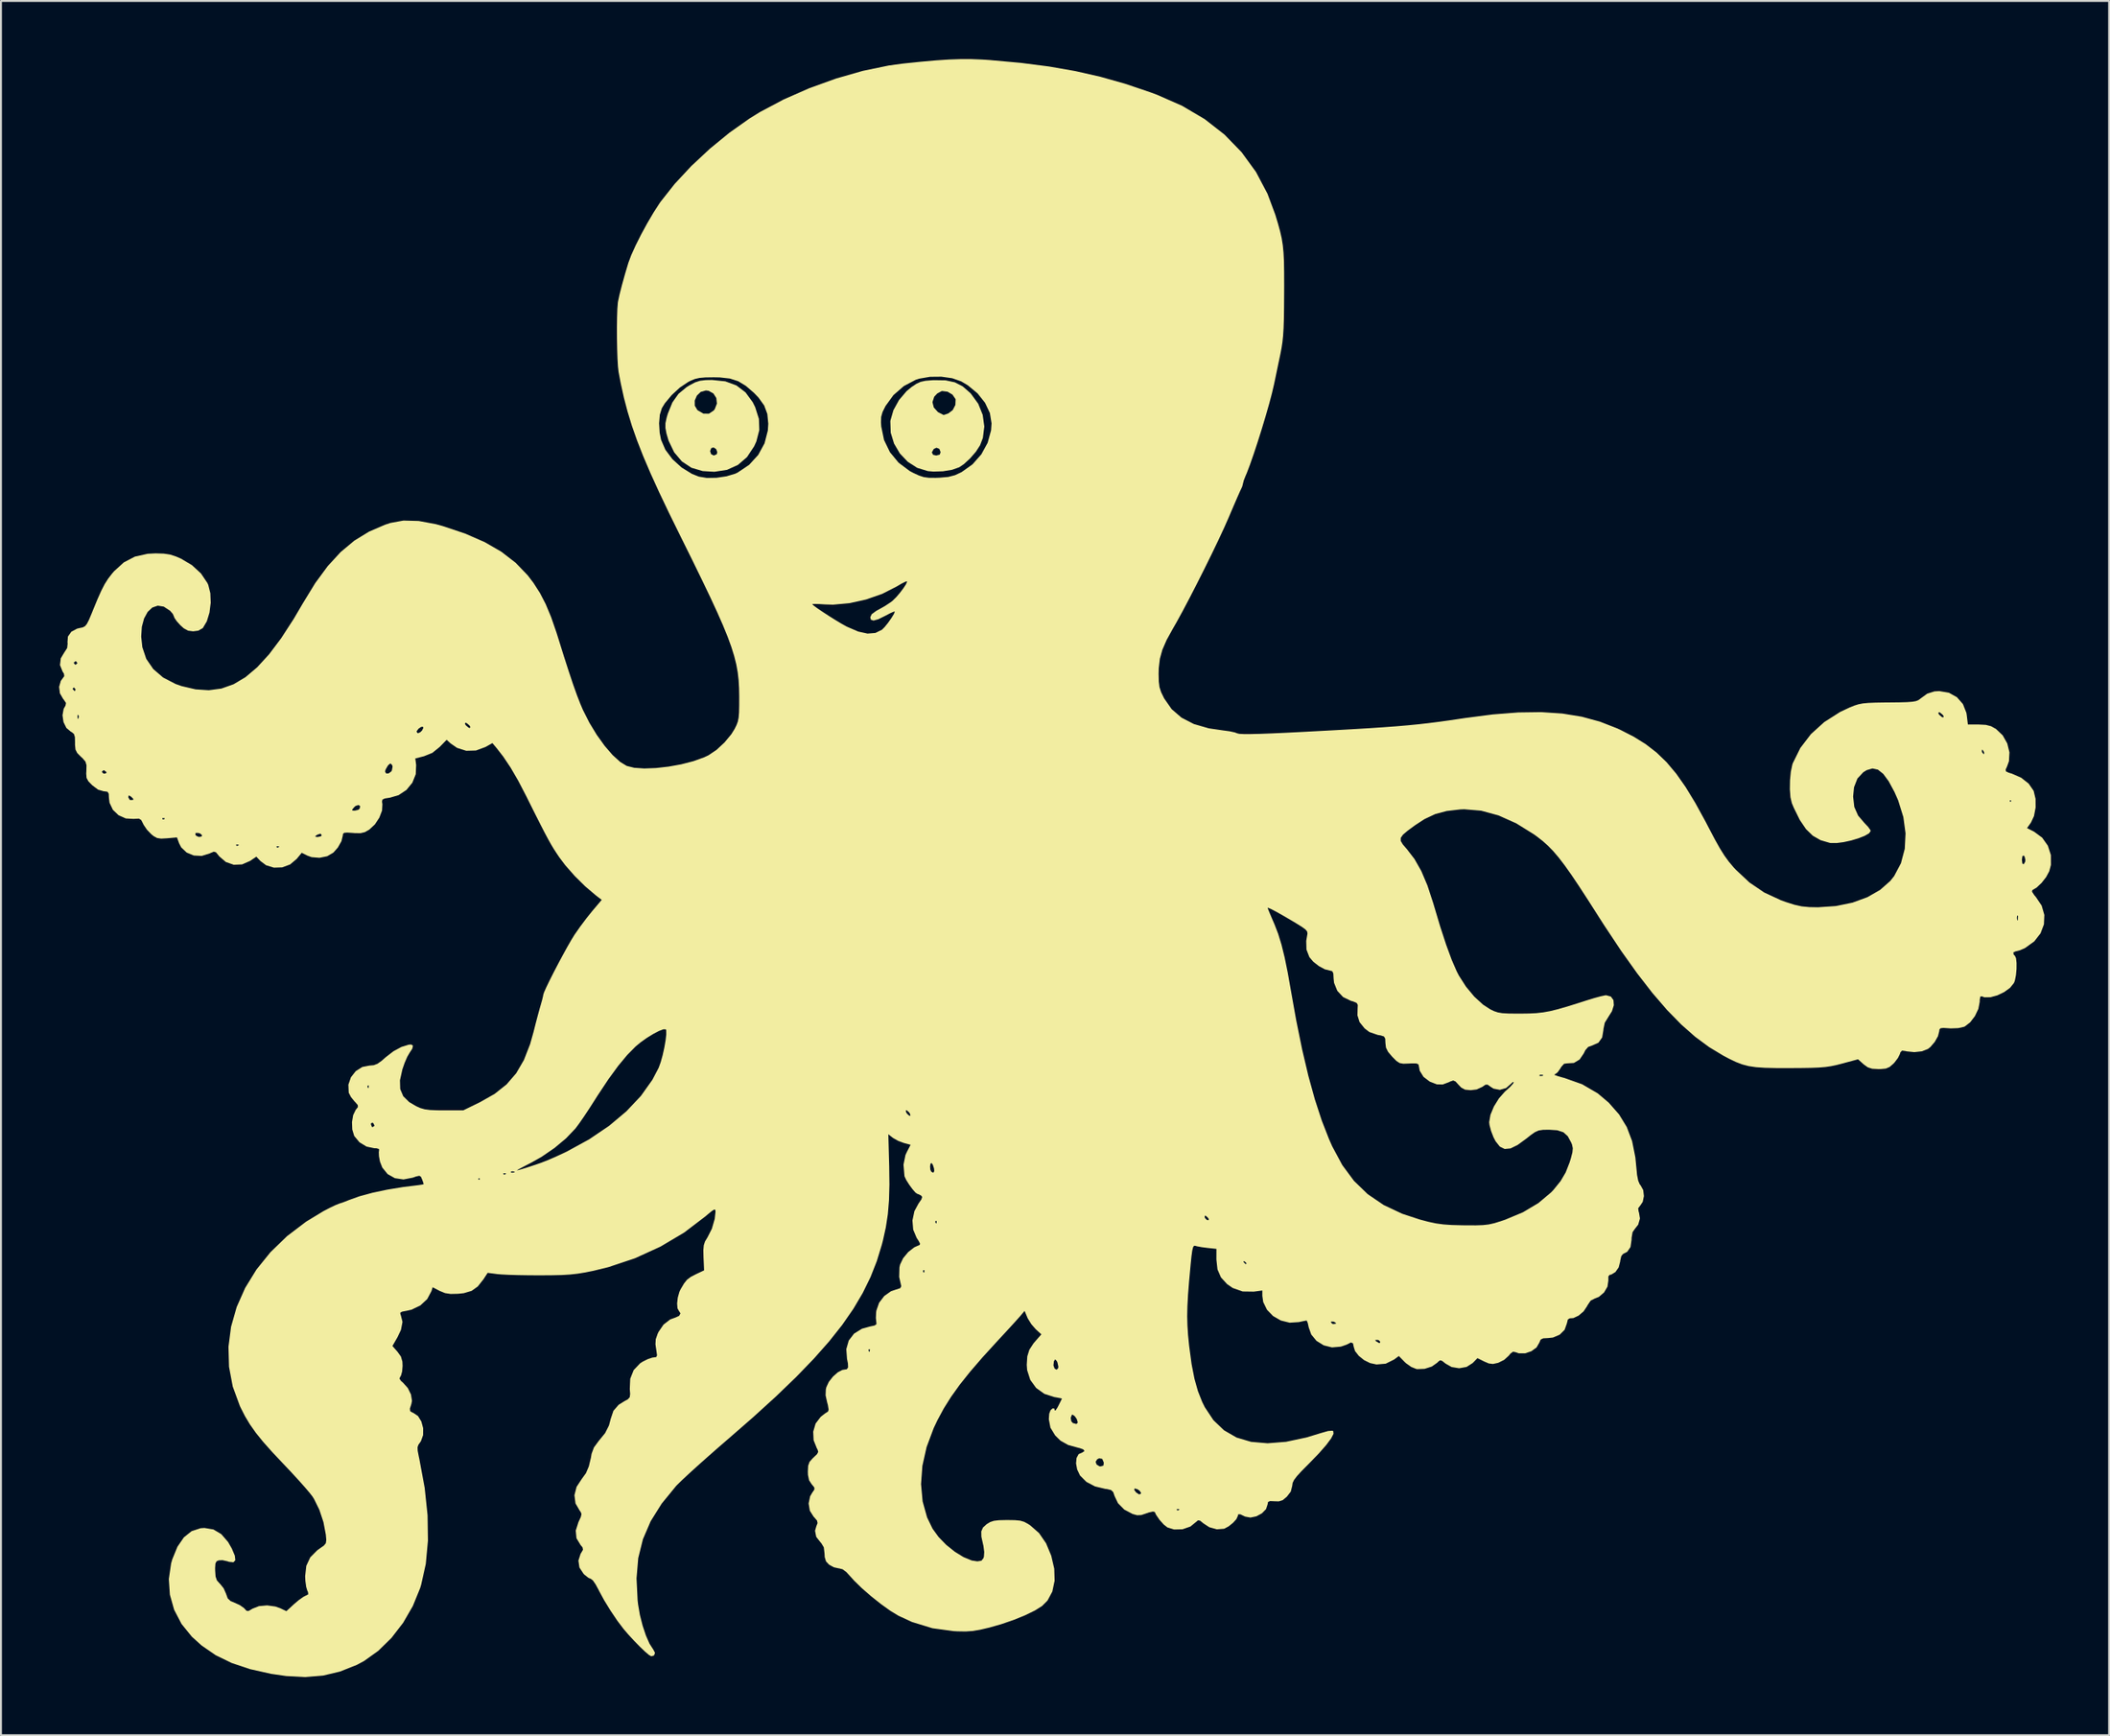
<source format=kicad_pcb>
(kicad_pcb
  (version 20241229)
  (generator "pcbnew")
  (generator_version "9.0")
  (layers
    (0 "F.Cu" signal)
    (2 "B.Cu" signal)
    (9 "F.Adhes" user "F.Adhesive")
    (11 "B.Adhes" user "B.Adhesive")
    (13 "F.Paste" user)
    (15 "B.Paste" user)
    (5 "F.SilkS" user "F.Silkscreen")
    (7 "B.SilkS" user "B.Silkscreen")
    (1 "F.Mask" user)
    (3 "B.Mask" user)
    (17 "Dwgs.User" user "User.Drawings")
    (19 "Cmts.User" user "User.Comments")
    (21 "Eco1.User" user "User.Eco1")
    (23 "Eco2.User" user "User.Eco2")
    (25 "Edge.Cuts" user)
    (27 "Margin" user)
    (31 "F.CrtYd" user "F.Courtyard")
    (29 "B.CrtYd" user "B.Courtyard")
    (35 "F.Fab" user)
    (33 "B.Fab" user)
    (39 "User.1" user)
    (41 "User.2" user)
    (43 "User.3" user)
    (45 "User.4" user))
  (footprint "octopus_120_120"
    (layer "F.Cu")
    (at 51.376 41.681)
    (property "Reference" "octopus_120_120" (at 0 0 0) (layer "F.SilkS") (effects (font (size 1.524 1.524) (thickness 0.3))))
    (attr board_only exclude_from_pos_files exclude_from_bom)
    (fp_poly (pts (xy -17.003 -25.054) (xy -16.429 -24.842) (xy -15.96 -24.484) (xy -15.589 -23.976) (xy -15.462 -23.72) (xy -15.271 -23.118) (xy -15.25 -22.541) (xy -15.401 -21.956) (xy -15.515 -21.704) (xy -15.882 -21.149) (xy -16.352 -20.743) (xy -16.917 -20.487) (xy -17.57 -20.387) (xy -18.171 -20.424) (xy -18.751 -20.595) (xy -19.244 -20.921) (xy -19.641 -21.391) (xy -19.673 -21.456) (xy -17.789 -21.456) (xy -17.737 -21.298) (xy -17.599 -21.227) (xy -17.446 -21.292) (xy -17.417 -21.399) (xy -17.475 -21.555) (xy -17.603 -21.642) (xy -17.726 -21.614) (xy -17.789 -21.456) (xy -19.673 -21.456) (xy -19.932 -21.994) (xy -20.04 -22.363) (xy -20.093 -22.648) (xy -20.092 -22.893) (xy -20.031 -23.18) (xy -19.97 -23.386) (xy -19.735 -23.964) (xy -19.665 -24.064) (xy -18.581 -24.064) (xy -18.579 -23.798) (xy -18.444 -23.572) (xy -18.438 -23.566) (xy -18.136 -23.39) (xy -17.85 -23.385) (xy -17.603 -23.55) (xy -17.55 -23.617) (xy -17.437 -23.907) (xy -17.468 -24.194) (xy -17.62 -24.43) (xy -17.869 -24.567) (xy -18.007 -24.584) (xy -18.273 -24.509) (xy -18.471 -24.318) (xy -18.581 -24.064) (xy -19.665 -24.064) (xy -19.42 -24.41) (xy -18.993 -24.763) (xy -18.84 -24.856) (xy -18.559 -25.003) (xy -18.308 -25.084) (xy -18.012 -25.119) (xy -17.689 -25.125)) (stroke (width 0) (type solid)) (fill yes) (layer "F.SilkS"))
    (fp_poly (pts (xy -5.639 -25.106) (xy -5.162 -25.004) (xy -4.755 -24.794) (xy -4.369 -24.456) (xy -4.331 -24.416) (xy -3.955 -23.899) (xy -3.723 -23.323) (xy -3.641 -22.724) (xy -3.714 -22.137) (xy -3.858 -21.759) (xy -4.073 -21.426) (xy -4.372 -21.08) (xy -4.695 -20.783) (xy -4.936 -20.62) (xy -5.304 -20.49) (xy -5.774 -20.413) (xy -6.269 -20.398) (xy -6.554 -20.423) (xy -7.102 -20.59) (xy -7.591 -20.904) (xy -7.997 -21.332) (xy -8.032 -21.391) (xy -6.347 -21.391) (xy -6.285 -21.265) (xy -6.123 -21.227) (xy -5.943 -21.272) (xy -5.896 -21.399) (xy -5.961 -21.57) (xy -6.108 -21.63) (xy -6.248 -21.565) (xy -6.347 -21.391) (xy -8.032 -21.391) (xy -8.298 -21.843) (xy -8.47 -22.406) (xy -8.489 -22.988) (xy -8.483 -23.036) (xy -8.331 -23.566) (xy -8.101 -23.981) (xy -6.317 -23.981) (xy -6.247 -23.705) (xy -6.032 -23.467) (xy -5.744 -23.319) (xy -5.657 -23.343) (xy -5.492 -23.403) (xy -5.271 -23.572) (xy -5.134 -23.836) (xy -5.122 -24.116) (xy -5.13 -24.144) (xy -5.285 -24.37) (xy -5.539 -24.521) (xy -5.815 -24.554) (xy -5.849 -24.547) (xy -6.067 -24.429) (xy -6.224 -24.264) (xy -6.317 -23.981) (xy -8.101 -23.981) (xy -8.041 -24.09) (xy -7.65 -24.55) (xy -7.396 -24.76) (xy -7.145 -24.928) (xy -6.928 -25.028) (xy -6.677 -25.083) (xy -6.327 -25.111) (xy -6.233 -25.115)) (stroke (width 0) (type solid)) (fill yes) (layer "F.SilkS"))
    (fp_poly (pts (xy -4.296 -41.68) (xy -3.742 -41.658) (xy -3.356 -41.632) (xy -1.759 -41.487) (xy -0.301 -41.3) (xy 1.055 -41.063) (xy 2.347 -40.77) (xy 3.615 -40.412) (xy 4.895 -39.98) (xy 5.261 -39.845) (xy 6.562 -39.273) (xy 7.727 -38.586) (xy 8.752 -37.786) (xy 9.636 -36.875) (xy 10.377 -35.856) (xy 10.971 -34.731) (xy 11.372 -33.655) (xy 11.512 -33.19) (xy 11.62 -32.796) (xy 11.702 -32.437) (xy 11.759 -32.08) (xy 11.797 -31.693) (xy 11.82 -31.241) (xy 11.829 -30.692) (xy 11.831 -30.011) (xy 11.83 -29.618) (xy 11.825 -28.871) (xy 11.816 -28.274) (xy 11.8 -27.795) (xy 11.775 -27.403) (xy 11.739 -27.066) (xy 11.691 -26.754) (xy 11.631 -26.443) (xy 11.53 -25.965) (xy 11.426 -25.465) (xy 11.334 -25.025) (xy 11.304 -24.884) (xy 11.2 -24.439) (xy 11.052 -23.881) (xy 10.871 -23.249) (xy 10.67 -22.581) (xy 10.46 -21.916) (xy 10.254 -21.293) (xy 10.064 -20.749) (xy 9.902 -20.323) (xy 9.836 -20.17) (xy 9.748 -19.948) (xy 9.707 -19.791) (xy 9.706 -19.783) (xy 9.666 -19.624) (xy 9.62 -19.525) (xy 9.556 -19.39) (xy 9.436 -19.12) (xy 9.275 -18.749) (xy 9.086 -18.309) (xy 8.977 -18.052) (xy 8.744 -17.524) (xy 8.445 -16.88) (xy 8.097 -16.156) (xy 7.719 -15.389) (xy 7.329 -14.614) (xy 6.947 -13.87) (xy 6.589 -13.192) (xy 6.274 -12.617) (xy 6.087 -12.292) (xy 5.765 -11.708) (xy 5.547 -11.207) (xy 5.417 -10.739) (xy 5.359 -10.251) (xy 5.352 -9.965) (xy 5.361 -9.567) (xy 5.398 -9.276) (xy 5.48 -9.019) (xy 5.625 -8.722) (xy 5.639 -8.694) (xy 6.024 -8.142) (xy 6.531 -7.703) (xy 7.169 -7.373) (xy 7.945 -7.149) (xy 8.685 -7.042) (xy 9.011 -6.998) (xy 9.281 -6.94) (xy 9.41 -6.891) (xy 9.516 -6.867) (xy 9.743 -6.855) (xy 10.1 -6.855) (xy 10.598 -6.867) (xy 11.246 -6.891) (xy 12.054 -6.928) (xy 13.032 -6.978) (xy 13.154 -6.985) (xy 14.315 -7.047) (xy 15.317 -7.103) (xy 16.184 -7.155) (xy 16.937 -7.205) (xy 17.601 -7.254) (xy 18.197 -7.305) (xy 18.749 -7.359) (xy 19.278 -7.419) (xy 19.809 -7.486) (xy 20.363 -7.563) (xy 20.963 -7.652) (xy 21.136 -7.678) (xy 22.59 -7.867) (xy 23.902 -7.97) (xy 25.092 -7.986) (xy 26.179 -7.914) (xy 27.182 -7.751) (xy 28.12 -7.496) (xy 29.012 -7.148) (xy 29.165 -7.078) (xy 29.863 -6.72) (xy 30.483 -6.335) (xy 31.043 -5.902) (xy 31.561 -5.402) (xy 32.056 -4.814) (xy 32.544 -4.119) (xy 33.045 -3.296) (xy 33.577 -2.326) (xy 33.745 -2.002) (xy 34.056 -1.411) (xy 34.315 -0.95) (xy 34.546 -0.582) (xy 34.772 -0.271) (xy 35.016 0.019) (xy 35.127 0.139) (xy 35.837 0.804) (xy 36.599 1.321) (xy 37.464 1.722) (xy 37.706 1.81) (xy 38.155 1.952) (xy 38.53 2.036) (xy 38.917 2.074) (xy 39.37 2.083) (xy 40.294 2.02) (xy 41.151 1.844) (xy 41.92 1.563) (xy 42.577 1.187) (xy 43.102 0.725) (xy 43.303 0.471) (xy 43.654 -0.193) (xy 43.698 -0.363) (xy 49.893 -0.363) (xy 49.917 -0.178) (xy 49.979 -0.134) (xy 49.984 -0.136) (xy 50.061 -0.264) (xy 50.074 -0.363) (xy 50.031 -0.534) (xy 49.984 -0.59) (xy 49.92 -0.554) (xy 49.893 -0.376) (xy 49.893 -0.363) (xy 43.698 -0.363) (xy 43.849 -0.933) (xy 43.89 -1.733) (xy 43.776 -2.574) (xy 43.518 -3.402) (xy 49.258 -3.402) (xy 49.303 -3.356) (xy 49.349 -3.402) (xy 49.303 -3.447) (xy 49.258 -3.402) (xy 43.518 -3.402) (xy 43.507 -3.438) (xy 43.316 -3.87) (xy 43.018 -4.422) (xy 42.737 -4.802) (xy 42.463 -5.019) (xy 42.183 -5.08) (xy 41.885 -4.993) (xy 41.71 -4.885) (xy 41.407 -4.56) (xy 41.231 -4.108) (xy 41.184 -3.629) (xy 41.245 -3.095) (xy 41.442 -2.649) (xy 41.763 -2.273) (xy 41.953 -2.072) (xy 42.072 -1.908) (xy 42.091 -1.853) (xy 42.008 -1.734) (xy 41.786 -1.605) (xy 41.466 -1.478) (xy 41.089 -1.365) (xy 40.697 -1.279) (xy 40.331 -1.231) (xy 40.031 -1.232) (xy 39.982 -1.24) (xy 39.509 -1.378) (xy 39.106 -1.608) (xy 38.753 -1.951) (xy 38.431 -2.427) (xy 38.121 -3.057) (xy 38.022 -3.293) (xy 37.952 -3.592) (xy 37.921 -4.004) (xy 37.928 -4.465) (xy 37.971 -4.912) (xy 38.049 -5.281) (xy 38.072 -5.349) (xy 38.364 -5.939) (xy 47.83 -5.939) (xy 47.848 -5.902) (xy 47.935 -5.809) (xy 47.95 -5.875) (xy 47.928 -5.946) (xy 47.862 -6.044) (xy 47.831 -6.042) (xy 47.83 -5.939) (xy 38.364 -5.939) (xy 38.462 -6.137) (xy 39.007 -6.85) (xy 39.694 -7.472) (xy 40.409 -7.928) (xy 45.579 -7.928) (xy 45.629 -7.847) (xy 45.766 -7.732) (xy 45.833 -7.711) (xy 45.861 -7.765) (xy 45.811 -7.847) (xy 45.674 -7.961) (xy 45.607 -7.983) (xy 45.579 -7.928) (xy 40.409 -7.928) (xy 40.507 -7.991) (xy 41.015 -8.231) (xy 41.248 -8.324) (xy 41.458 -8.39) (xy 41.685 -8.434) (xy 41.967 -8.461) (xy 42.341 -8.476) (xy 42.848 -8.484) (xy 43.022 -8.485) (xy 43.568 -8.491) (xy 43.963 -8.502) (xy 44.237 -8.522) (xy 44.42 -8.553) (xy 44.544 -8.6) (xy 44.638 -8.667) (xy 44.655 -8.682) (xy 45.008 -8.939) (xy 45.38 -9.056) (xy 45.628 -9.071) (xy 46.123 -8.989) (xy 46.54 -8.758) (xy 46.851 -8.402) (xy 47.03 -7.946) (xy 47.05 -7.817) (xy 47.106 -7.348) (xy 47.662 -7.348) (xy 48.032 -7.329) (xy 48.303 -7.259) (xy 48.556 -7.118) (xy 48.902 -6.789) (xy 49.138 -6.37) (xy 49.251 -5.91) (xy 49.226 -5.455) (xy 49.126 -5.179) (xy 49.053 -5.019) (xy 49.07 -4.929) (xy 49.211 -4.862) (xy 49.376 -4.812) (xy 49.854 -4.603) (xy 50.24 -4.3) (xy 50.492 -3.936) (xy 50.502 -3.914) (xy 50.597 -3.516) (xy 50.6 -3.061) (xy 50.517 -2.624) (xy 50.361 -2.288) (xy 50.158 -2.003) (xy 50.524 -1.816) (xy 50.939 -1.509) (xy 51.232 -1.095) (xy 51.388 -0.613) (xy 51.391 -0.103) (xy 51.305 0.223) (xy 51.143 0.525) (xy 50.907 0.827) (xy 50.647 1.071) (xy 50.434 1.195) (xy 50.415 1.278) (xy 50.532 1.458) (xy 50.609 1.546) (xy 50.912 1.996) (xy 51.051 2.478) (xy 51.03 2.964) (xy 50.855 3.427) (xy 50.534 3.84) (xy 50.071 4.176) (xy 50.011 4.208) (xy 49.776 4.307) (xy 49.592 4.354) (xy 49.58 4.354) (xy 49.454 4.409) (xy 49.466 4.524) (xy 49.53 4.581) (xy 49.589 4.707) (xy 49.617 4.956) (xy 49.615 5.269) (xy 49.585 5.592) (xy 49.53 5.868) (xy 49.484 5.988) (xy 49.283 6.238) (xy 48.98 6.458) (xy 48.626 6.628) (xy 48.271 6.725) (xy 47.965 6.73) (xy 47.826 6.679) (xy 47.751 6.688) (xy 47.718 6.85) (xy 47.716 6.962) (xy 47.648 7.322) (xy 47.471 7.695) (xy 47.224 8.02) (xy 46.946 8.234) (xy 46.911 8.25) (xy 46.61 8.319) (xy 46.223 8.333) (xy 46.128 8.327) (xy 45.842 8.309) (xy 45.693 8.326) (xy 45.637 8.39) (xy 45.629 8.474) (xy 45.563 8.735) (xy 45.395 9.032) (xy 45.171 9.293) (xy 45.046 9.393) (xy 44.737 9.514) (xy 44.342 9.558) (xy 43.946 9.517) (xy 43.893 9.503) (xy 43.711 9.478) (xy 43.624 9.569) (xy 43.598 9.655) (xy 43.499 9.857) (xy 43.322 10.091) (xy 43.264 10.153) (xy 43.069 10.322) (xy 42.875 10.405) (xy 42.602 10.431) (xy 42.494 10.432) (xy 42.169 10.414) (xy 41.943 10.342) (xy 41.733 10.191) (xy 41.721 10.18) (xy 41.439 9.927) (xy 40.608 10.151) (xy 40.305 10.228) (xy 40.029 10.285) (xy 39.743 10.326) (xy 39.413 10.353) (xy 39.002 10.369) (xy 38.476 10.377) (xy 37.919 10.38) (xy 37.203 10.379) (xy 36.635 10.366) (xy 36.178 10.335) (xy 35.799 10.279) (xy 35.463 10.191) (xy 35.136 10.066) (xy 34.783 9.896) (xy 34.483 9.737) (xy 33.756 9.298) (xy 33.036 8.766) (xy 32.315 8.13) (xy 31.582 7.38) (xy 30.829 6.505) (xy 30.045 5.494) (xy 29.221 4.338) (xy 28.349 3.025) (xy 28.096 2.631) (xy 49.635 2.631) (xy 49.649 2.759) (xy 49.681 2.744) (xy 49.693 2.558) (xy 49.681 2.517) (xy 49.648 2.506) (xy 49.635 2.631) (xy 28.096 2.631) (xy 28.038 2.54) (xy 27.498 1.694) (xy 27.037 0.985) (xy 26.642 0.398) (xy 26.299 -0.085) (xy 25.995 -0.482) (xy 25.716 -0.81) (xy 25.447 -1.087) (xy 25.176 -1.33) (xy 24.889 -1.555) (xy 24.72 -1.678) (xy 23.803 -2.248) (xy 22.889 -2.657) (xy 21.991 -2.901) (xy 21.122 -2.974) (xy 20.914 -2.966) (xy 20.214 -2.884) (xy 19.621 -2.725) (xy 19.07 -2.466) (xy 18.582 -2.148) (xy 18.203 -1.869) (xy 17.96 -1.663) (xy 17.845 -1.498) (xy 17.844 -1.343) (xy 17.948 -1.165) (xy 18.146 -0.935) (xy 18.157 -0.923) (xy 18.554 -0.407) (xy 18.905 0.212) (xy 19.223 0.961) (xy 19.519 1.865) (xy 19.544 1.95) (xy 19.878 3.069) (xy 20.188 4.016) (xy 20.472 4.789) (xy 20.731 5.386) (xy 20.844 5.606) (xy 21.211 6.179) (xy 21.64 6.694) (xy 22.093 7.108) (xy 22.464 7.349) (xy 22.666 7.445) (xy 22.858 7.509) (xy 23.083 7.547) (xy 23.384 7.565) (xy 23.805 7.57) (xy 24.039 7.57) (xy 24.472 7.564) (xy 24.845 7.545) (xy 25.194 7.506) (xy 25.553 7.441) (xy 25.959 7.341) (xy 26.447 7.2) (xy 27.052 7.011) (xy 27.441 6.886) (xy 27.819 6.77) (xy 28.149 6.68) (xy 28.381 6.629) (xy 28.443 6.622) (xy 28.686 6.69) (xy 28.819 6.873) (xy 28.839 7.137) (xy 28.742 7.448) (xy 28.575 7.711) (xy 28.372 8.041) (xy 28.303 8.371) (xy 28.303 8.407) (xy 28.237 8.8) (xy 28.045 9.071) (xy 27.733 9.21) (xy 27.516 9.289) (xy 27.367 9.46) (xy 27.289 9.621) (xy 27.075 9.937) (xy 26.778 10.116) (xy 26.436 10.136) (xy 26.433 10.136) (xy 26.271 10.159) (xy 26.127 10.319) (xy 26.079 10.402) (xy 25.937 10.601) (xy 25.795 10.707) (xy 25.771 10.712) (xy 25.781 10.736) (xy 25.936 10.791) (xy 26.204 10.869) (xy 26.29 10.891) (xy 27.202 11.214) (xy 28.008 11.684) (xy 28.576 12.164) (xy 29.11 12.772) (xy 29.507 13.422) (xy 29.782 14.148) (xy 29.949 14.983) (xy 29.996 15.459) (xy 30.039 15.898) (xy 30.096 16.192) (xy 30.174 16.375) (xy 30.222 16.434) (xy 30.354 16.674) (xy 30.39 16.983) (xy 30.331 17.28) (xy 30.214 17.457) (xy 30.094 17.614) (xy 30.118 17.789) (xy 30.135 17.827) (xy 30.187 18.141) (xy 30.095 18.46) (xy 29.933 18.665) (xy 29.806 18.846) (xy 29.757 19.132) (xy 29.754 19.238) (xy 29.699 19.615) (xy 29.528 19.862) (xy 29.312 19.972) (xy 29.224 20.083) (xy 29.171 20.314) (xy 29.167 20.362) (xy 29.089 20.663) (xy 28.921 20.905) (xy 28.705 21.036) (xy 28.629 21.046) (xy 28.557 21.127) (xy 28.556 21.347) (xy 28.51 21.66) (xy 28.333 21.96) (xy 28.068 22.186) (xy 27.863 22.267) (xy 27.644 22.379) (xy 27.476 22.626) (xy 27.454 22.673) (xy 27.277 22.936) (xy 27.023 23.152) (xy 26.752 23.28) (xy 26.562 23.293) (xy 26.466 23.354) (xy 26.415 23.56) (xy 26.299 23.885) (xy 26.046 24.137) (xy 25.694 24.285) (xy 25.448 24.311) (xy 25.196 24.325) (xy 25.067 24.386) (xy 25.004 24.523) (xy 24.999 24.541) (xy 24.851 24.796) (xy 24.584 24.99) (xy 24.258 25.099) (xy 23.932 25.097) (xy 23.775 25.041) (xy 23.639 25.014) (xy 23.503 25.114) (xy 23.418 25.219) (xy 23.181 25.436) (xy 22.875 25.588) (xy 22.866 25.59) (xy 22.604 25.648) (xy 22.39 25.622) (xy 22.157 25.523) (xy 21.804 25.348) (xy 21.555 25.601) (xy 21.241 25.801) (xy 20.859 25.869) (xy 20.469 25.805) (xy 20.158 25.629) (xy 19.98 25.488) (xy 19.874 25.458) (xy 19.776 25.532) (xy 19.732 25.58) (xy 19.45 25.779) (xy 19.078 25.899) (xy 18.699 25.914) (xy 18.647 25.906) (xy 18.389 25.802) (xy 18.117 25.61) (xy 18.046 25.543) (xy 17.747 25.237) (xy 17.502 25.419) (xy 17.068 25.634) (xy 16.594 25.674) (xy 16.262 25.602) (xy 15.952 25.449) (xy 15.678 25.226) (xy 15.486 24.98) (xy 15.421 24.773) (xy 15.38 24.583) (xy 15.272 24.537) (xy 15.203 24.575) (xy 15.056 24.649) (xy 14.816 24.733) (xy 14.745 24.754) (xy 14.298 24.793) (xy 13.87 24.686) (xy 13.499 24.456) (xy 13.468 24.419) (xy 16.518 24.419) (xy 16.583 24.481) (xy 16.601 24.493) (xy 16.737 24.572) (xy 16.779 24.549) (xy 16.782 24.493) (xy 16.707 24.417) (xy 16.623 24.404) (xy 16.518 24.419) (xy 13.468 24.419) (xy 13.227 24.127) (xy 13.097 23.76) (xy 13.048 23.537) (xy 13.032 23.498) (xy 14.242 23.498) (xy 14.316 23.576) (xy 14.378 23.586) (xy 14.499 23.566) (xy 14.514 23.55) (xy 14.443 23.492) (xy 14.378 23.462) (xy 14.261 23.46) (xy 14.242 23.498) (xy 13.032 23.498) (xy 12.997 23.414) (xy 12.983 23.406) (xy 12.866 23.427) (xy 12.646 23.474) (xy 12.587 23.488) (xy 12.113 23.518) (xy 11.658 23.405) (xy 11.257 23.174) (xy 10.943 22.849) (xy 10.75 22.454) (xy 10.704 22.136) (xy 10.704 21.856) (xy 10.261 21.915) (xy 9.691 21.907) (xy 9.178 21.728) (xy 8.884 21.526) (xy 8.567 21.179) (xy 8.39 20.77) (xy 8.343 20.346) (xy 9.721 20.346) (xy 9.743 20.397) (xy 9.834 20.494) (xy 9.887 20.474) (xy 9.888 20.461) (xy 9.823 20.385) (xy 9.783 20.357) (xy 9.721 20.346) (xy 8.343 20.346) (xy 8.334 20.257) (xy 8.334 20.232) (xy 8.336 19.709) (xy 7.865 19.659) (xy 7.565 19.62) (xy 7.327 19.575) (xy 7.248 19.552) (xy 7.183 19.549) (xy 7.133 19.617) (xy 7.091 19.783) (xy 7.05 20.074) (xy 7.004 20.517) (xy 7 20.565) (xy 6.923 21.399) (xy 6.869 22.09) (xy 6.838 22.674) (xy 6.828 23.188) (xy 6.84 23.668) (xy 6.871 24.15) (xy 6.923 24.671) (xy 6.934 24.765) (xy 7.055 25.661) (xy 7.201 26.41) (xy 7.38 27.047) (xy 7.601 27.607) (xy 7.735 27.877) (xy 8.18 28.548) (xy 8.726 29.07) (xy 9.373 29.443) (xy 10.122 29.666) (xy 10.973 29.74) (xy 11.927 29.664) (xy 12.983 29.439) (xy 13.738 29.209) (xy 14.095 29.108) (xy 14.313 29.092) (xy 14.365 29.115) (xy 14.376 29.251) (xy 14.251 29.492) (xy 13.998 29.831) (xy 13.622 30.26) (xy 13.13 30.769) (xy 13.086 30.813) (xy 12.731 31.171) (xy 12.49 31.434) (xy 12.342 31.629) (xy 12.268 31.782) (xy 12.246 31.922) (xy 12.246 31.931) (xy 12.171 32.233) (xy 11.972 32.492) (xy 11.759 32.672) (xy 11.555 32.738) (xy 11.337 32.732) (xy 11.104 32.722) (xy 11.001 32.765) (xy 10.976 32.884) (xy 10.976 32.888) (xy 10.895 33.137) (xy 10.684 33.353) (xy 10.399 33.508) (xy 10.09 33.573) (xy 9.812 33.522) (xy 9.79 33.511) (xy 9.569 33.405) (xy 9.46 33.407) (xy 9.434 33.502) (xy 9.364 33.655) (xy 9.19 33.846) (xy 8.966 34.026) (xy 8.747 34.145) (xy 8.723 34.152) (xy 8.355 34.179) (xy 7.969 34.072) (xy 7.667 33.875) (xy 7.493 33.733) (xy 7.385 33.714) (xy 7.316 33.773) (xy 6.993 34.036) (xy 6.584 34.178) (xy 6.151 34.188) (xy 5.808 34.083) (xy 5.614 33.931) (xy 5.398 33.688) (xy 5.22 33.428) (xy 5.154 33.286) (xy 5.059 33.263) (xy 4.849 33.311) (xy 4.733 33.352) (xy 4.458 33.443) (xy 4.245 33.453) (xy 4.008 33.388) (xy 3.579 33.16) (xy 3.561 33.141) (xy 6.29 33.141) (xy 6.302 33.195) (xy 6.35 33.201) (xy 6.425 33.168) (xy 6.41 33.141) (xy 6.303 33.13) (xy 6.29 33.141) (xy 3.561 33.141) (xy 3.255 32.83) (xy 3.083 32.469) (xy 3.01 32.259) (xy 2.9 32.153) (xy 2.845 32.14) (xy 4.091 32.14) (xy 4.191 32.276) (xy 4.34 32.376) (xy 4.434 32.349) (xy 4.445 32.297) (xy 4.374 32.19) (xy 4.264 32.113) (xy 4.116 32.07) (xy 4.091 32.14) (xy 2.845 32.14) (xy 2.692 32.103) (xy 2.595 32.092) (xy 2.071 31.966) (xy 1.625 31.731) (xy 1.303 31.409) (xy 1.294 31.396) (xy 1.149 31.091) (xy 1.091 30.777) (xy 1.099 30.693) (xy 2.103 30.693) (xy 2.151 30.836) (xy 2.299 30.927) (xy 2.362 30.934) (xy 2.506 30.89) (xy 2.524 30.737) (xy 2.443 30.544) (xy 2.287 30.515) (xy 2.187 30.563) (xy 2.103 30.693) (xy 1.099 30.693) (xy 1.118 30.498) (xy 1.225 30.299) (xy 1.404 30.222) (xy 1.513 30.151) (xy 1.523 30.129) (xy 1.464 30.056) (xy 1.28 29.988) (xy 1.208 29.972) (xy 0.686 29.828) (xy 0.289 29.605) (xy 0.017 29.338) (xy -0.229 28.935) (xy -0.312 28.499) (xy -0.307 28.428) (xy 0.818 28.428) (xy 0.848 28.607) (xy 0.93 28.696) (xy 1.11 28.745) (xy 1.174 28.685) (xy 1.176 28.643) (xy 1.128 28.489) (xy 1.026 28.342) (xy 0.918 28.265) (xy 0.875 28.274) (xy 0.818 28.428) (xy -0.307 28.428) (xy -0.291 28.212) (xy -0.227 28.041) (xy -0.125 27.942) (xy -0.034 27.944) (xy 0 28.05) (xy 0.035 28.046) (xy 0.124 27.911) (xy 0.181 27.804) (xy 0.291 27.586) (xy 0.356 27.452) (xy 0.363 27.433) (xy 0.283 27.412) (xy 0.082 27.374) (xy -0.018 27.358) (xy -0.542 27.19) (xy -0.966 26.886) (xy -1.27 26.468) (xy -1.431 25.964) (xy -1.449 25.719) (xy -0.074 25.719) (xy -0.014 25.886) (xy 0.088 25.944) (xy 0.167 25.87) (xy 0.18 25.786) (xy 0.131 25.567) (xy 0.094 25.493) (xy 0.017 25.411) (xy -0.043 25.497) (xy -0.05 25.516) (xy -0.074 25.719) (xy -1.449 25.719) (xy -1.451 25.693) (xy -1.423 25.256) (xy -1.317 24.914) (xy -1.104 24.587) (xy -0.99 24.452) (xy -0.697 24.119) (xy -0.988 23.854) (xy -1.214 23.595) (xy -1.398 23.298) (xy -1.42 23.249) (xy -1.562 22.91) (xy -1.791 23.18) (xy -1.934 23.341) (xy -2.172 23.604) (xy -2.477 23.937) (xy -2.821 24.309) (xy -2.978 24.478) (xy -3.737 25.31) (xy -4.374 26.049) (xy -4.908 26.718) (xy -5.355 27.342) (xy -5.732 27.942) (xy -6.057 28.545) (xy -6.253 28.958) (xy -6.619 29.936) (xy -6.836 30.905) (xy -6.905 31.845) (xy -6.824 32.738) (xy -6.594 33.563) (xy -6.311 34.147) (xy -6.002 34.573) (xy -5.608 34.979) (xy -5.166 35.334) (xy -4.714 35.613) (xy -4.291 35.787) (xy -4.003 35.832) (xy -3.791 35.8) (xy -3.687 35.672) (xy -3.661 35.588) (xy -3.646 35.346) (xy -3.684 35.041) (xy -3.705 34.952) (xy -3.792 34.56) (xy -3.797 34.287) (xy -3.711 34.089) (xy -3.527 33.919) (xy -3.515 33.911) (xy -3.34 33.804) (xy -3.147 33.74) (xy -2.885 33.709) (xy -2.5 33.7) (xy -2.449 33.7) (xy -2.058 33.706) (xy -1.789 33.732) (xy -1.585 33.792) (xy -1.387 33.899) (xy -1.274 33.973) (xy -0.817 34.373) (xy -0.456 34.898) (xy -0.188 35.539) (xy -0.032 36.21) (xy -0.014 36.835) (xy -0.131 37.39) (xy -0.378 37.852) (xy -0.659 38.135) (xy -1.026 38.366) (xy -1.529 38.611) (xy -2.124 38.854) (xy -2.768 39.075) (xy -3.376 39.248) (xy -3.855 39.361) (xy -4.238 39.426) (xy -4.603 39.451) (xy -5.029 39.444) (xy -5.216 39.434) (xy -6.312 39.285) (xy -7.371 38.961) (xy -8.077 38.635) (xy -8.494 38.38) (xy -8.981 38.03) (xy -9.488 37.627) (xy -9.964 37.212) (xy -10.359 36.826) (xy -10.506 36.662) (xy -10.756 36.388) (xy -10.951 36.242) (xy -11.132 36.195) (xy -11.151 36.195) (xy -11.404 36.138) (xy -11.645 36.007) (xy -11.808 35.835) (xy -11.875 35.615) (xy -11.884 35.431) (xy -11.923 35.107) (xy -12.054 34.891) (xy -12.075 34.871) (xy -12.313 34.569) (xy -12.375 34.254) (xy -12.31 34.027) (xy -12.244 33.857) (xy -12.272 33.727) (xy -12.415 33.561) (xy -12.444 33.533) (xy -12.643 33.22) (xy -12.705 32.846) (xy -12.628 32.476) (xy -12.522 32.294) (xy -12.409 32.13) (xy -12.411 32.019) (xy -12.533 31.87) (xy -12.547 31.856) (xy -12.682 31.649) (xy -12.74 31.369) (xy -12.745 31.191) (xy -12.729 30.896) (xy -12.658 30.698) (xy -12.497 30.516) (xy -12.449 30.472) (xy -12.269 30.298) (xy -12.209 30.179) (xy -12.249 30.054) (xy -12.279 30.003) (xy -12.448 29.583) (xy -12.468 29.14) (xy -12.346 28.723) (xy -12.088 28.382) (xy -12.067 28.364) (xy -11.87 28.209) (xy -11.725 28.115) (xy -11.707 28.107) (xy -11.672 28.003) (xy -11.715 27.753) (xy -11.749 27.631) (xy -11.83 27.267) (xy -11.818 26.961) (xy -11.791 26.846) (xy -11.664 26.573) (xy -11.451 26.301) (xy -11.203 26.08) (xy -10.965 25.956) (xy -10.888 25.944) (xy -10.735 25.92) (xy -10.669 25.822) (xy -10.679 25.614) (xy -10.726 25.381) (xy -10.757 24.946) (xy -9.616 24.946) (xy -9.583 25.021) (xy -9.555 25.007) (xy -9.544 24.899) (xy -9.555 24.886) (xy -9.609 24.898) (xy -9.616 24.946) (xy -10.757 24.946) (xy -10.761 24.877) (xy -10.635 24.438) (xy -10.36 24.081) (xy -9.952 23.828) (xy -9.541 23.714) (xy -9.303 23.663) (xy -9.206 23.596) (xy -9.212 23.482) (xy -9.214 23.474) (xy -9.236 23.275) (xy -9.223 22.993) (xy -9.21 22.893) (xy -9.07 22.491) (xy -8.804 22.142) (xy -8.456 21.894) (xy -8.206 21.81) (xy -7.977 21.736) (xy -7.925 21.635) (xy -7.927 21.631) (xy -8.033 21.158) (xy -8.025 20.864) (xy -6.804 20.864) (xy -6.77 20.939) (xy -6.743 20.925) (xy -6.732 20.817) (xy -6.743 20.804) (xy -6.797 20.816) (xy -6.804 20.864) (xy -8.025 20.864) (xy -8.019 20.666) (xy -7.989 20.524) (xy -7.831 20.192) (xy -7.567 19.873) (xy -7.256 19.63) (xy -7.084 19.552) (xy -6.978 19.508) (xy -6.957 19.439) (xy -7.029 19.299) (xy -7.134 19.137) (xy -7.311 18.715) (xy -7.342 18.324) (xy -6.169 18.324) (xy -6.135 18.399) (xy -6.108 18.385) (xy -6.097 18.277) (xy -6.108 18.264) (xy -6.162 18.276) (xy -6.169 18.324) (xy -7.342 18.324) (xy -7.348 18.239) (xy -7.319 18.099) (xy 7.732 18.099) (xy 7.824 18.204) (xy 7.909 18.234) (xy 7.945 18.182) (xy 7.89 18.095) (xy 7.779 18) (xy 7.734 17.999) (xy 7.732 18.099) (xy -7.319 18.099) (xy -7.248 17.763) (xy -7.036 17.371) (xy -6.886 17.154) (xy -6.848 17.028) (xy -6.905 16.955) (xy -7.049 16.884) (xy -7.091 16.874) (xy -7.194 16.803) (xy -7.349 16.625) (xy -7.519 16.393) (xy -7.667 16.159) (xy -7.754 15.974) (xy -7.761 15.947) (xy -7.803 15.449) (xy -6.439 15.449) (xy -6.428 15.612) (xy -6.38 15.724) (xy -6.267 15.783) (xy -6.224 15.686) (xy -6.237 15.556) (xy -6.299 15.365) (xy -6.361 15.279) (xy -6.416 15.312) (xy -6.439 15.449) (xy -7.803 15.449) (xy -7.811 15.366) (xy -7.709 14.866) (xy -7.637 14.709) (xy -7.444 14.338) (xy -7.792 14.245) (xy -8.087 14.135) (xy -8.344 13.99) (xy -8.367 13.973) (xy -8.593 13.795) (xy -8.548 15.447) (xy -8.536 16.389) (xy -8.558 17.197) (xy -8.618 17.917) (xy -8.721 18.594) (xy -8.871 19.275) (xy -8.93 19.5) (xy -9.189 20.346) (xy -9.514 21.17) (xy -9.914 21.985) (xy -10.397 22.802) (xy -10.972 23.632) (xy -11.649 24.486) (xy -12.437 25.377) (xy -13.345 26.316) (xy -14.381 27.315) (xy -15.556 28.384) (xy -16.794 29.464) (xy -17.365 29.957) (xy -17.915 30.441) (xy -18.424 30.894) (xy -18.869 31.298) (xy -19.227 31.632) (xy -19.479 31.878) (xy -19.548 31.95) (xy -20.288 32.855) (xy -20.855 33.762) (xy -21.255 34.692) (xy -21.497 35.668) (xy -21.585 36.71) (xy -21.529 37.842) (xy -21.504 38.053) (xy -21.41 38.6) (xy -21.27 39.15) (xy -21.101 39.657) (xy -20.917 40.076) (xy -20.734 40.362) (xy -20.726 40.37) (xy -20.631 40.553) (xy -20.68 40.688) (xy -20.821 40.731) (xy -20.937 40.667) (xy -21.143 40.493) (xy -21.41 40.238) (xy -21.711 39.93) (xy -22.017 39.596) (xy -22.253 39.321) (xy -22.575 38.896) (xy -22.924 38.378) (xy -23.254 37.84) (xy -23.518 37.354) (xy -23.543 37.302) (xy -23.695 37.021) (xy -23.834 36.819) (xy -23.932 36.741) (xy -23.933 36.74) (xy -24.069 36.68) (xy -24.26 36.53) (xy -24.318 36.474) (xy -24.53 36.151) (xy -24.583 35.793) (xy -24.472 35.445) (xy -24.438 35.392) (xy -24.346 35.231) (xy -24.372 35.109) (xy -24.473 34.987) (xy -24.684 34.638) (xy -24.72 34.243) (xy -24.58 33.803) (xy -24.575 33.794) (xy -24.459 33.543) (xy -24.425 33.391) (xy -24.467 33.279) (xy -24.51 33.226) (xy -24.733 32.843) (xy -24.788 32.421) (xy -24.678 31.988) (xy -24.404 31.571) (xy -24.401 31.567) (xy -24.194 31.282) (xy -24.046 30.934) (xy -23.936 30.474) (xy -23.905 30.286) (xy -23.782 29.954) (xy -23.536 29.62) (xy -23.205 29.214) (xy -23.005 28.818) (xy -22.917 28.481) (xy -22.777 28.065) (xy -22.509 27.755) (xy -22.232 27.581) (xy -22.031 27.469) (xy -21.934 27.362) (xy -21.913 27.194) (xy -21.932 26.943) (xy -21.909 26.408) (xy -21.732 25.964) (xy -21.403 25.617) (xy -21.271 25.53) (xy -21.003 25.397) (xy -20.766 25.318) (xy -20.693 25.309) (xy -20.567 25.291) (xy -20.527 25.204) (xy -20.554 24.996) (xy -20.559 24.969) (xy -20.608 24.629) (xy -20.592 24.37) (xy -20.499 24.1) (xy -20.45 23.995) (xy -20.191 23.616) (xy -19.846 23.349) (xy -19.574 23.251) (xy -19.387 23.165) (xy -19.318 23.038) (xy -19.392 22.918) (xy -19.395 22.917) (xy -19.472 22.775) (xy -19.491 22.523) (xy -19.456 22.22) (xy -19.373 21.925) (xy -19.316 21.803) (xy -19.135 21.496) (xy -18.978 21.299) (xy -18.79 21.157) (xy -18.515 21.014) (xy -18.51 21.012) (xy -18.1 20.818) (xy -18.129 20.138) (xy -18.136 19.77) (xy -18.115 19.52) (xy -18.051 19.327) (xy -17.932 19.128) (xy -17.922 19.113) (xy -17.698 18.672) (xy -17.55 18.161) (xy -17.51 17.794) (xy -17.52 17.696) (xy -17.571 17.677) (xy -17.691 17.75) (xy -17.907 17.926) (xy -18.029 18.031) (xy -19.127 18.867) (xy -20.348 19.592) (xy -21.663 20.193) (xy -23.041 20.653) (xy -23.807 20.84) (xy -24.243 20.928) (xy -24.628 20.99) (xy -25.011 21.032) (xy -25.437 21.058) (xy -25.953 21.07) (xy -26.579 21.074) (xy -27.154 21.071) (xy -27.702 21.062) (xy -28.185 21.047) (xy -28.56 21.028) (xy -28.761 21.011) (xy -29.265 20.946) (xy -29.487 21.284) (xy -29.776 21.65) (xy -30.094 21.876) (xy -30.495 21.995) (xy -30.796 22.027) (xy -31.18 22.035) (xy -31.465 21.991) (xy -31.729 21.883) (xy -31.743 21.877) (xy -32.103 21.689) (xy -32.166 21.889) (xy -32.385 22.301) (xy -32.741 22.63) (xy -33.195 22.847) (xy -33.44 22.902) (xy -33.681 22.948) (xy -33.777 23.005) (xy -33.762 23.099) (xy -33.746 23.132) (xy -33.66 23.476) (xy -33.738 23.887) (xy -33.917 24.266) (xy -34.178 24.72) (xy -33.917 25.018) (xy -33.74 25.265) (xy -33.665 25.529) (xy -33.655 25.748) (xy -33.678 26.029) (xy -33.735 26.242) (xy -33.768 26.296) (xy -33.818 26.398) (xy -33.741 26.519) (xy -33.637 26.609) (xy -33.386 26.888) (xy -33.222 27.221) (xy -33.17 27.548) (xy -33.202 27.715) (xy -33.278 27.953) (xy -33.263 28.083) (xy -33.144 28.156) (xy -33.104 28.169) (xy -32.86 28.333) (xy -32.686 28.616) (xy -32.594 28.962) (xy -32.597 29.319) (xy -32.708 29.631) (xy -32.748 29.689) (xy -32.841 29.821) (xy -32.883 29.948) (xy -32.876 30.124) (xy -32.822 30.404) (xy -32.792 30.54) (xy -32.514 32.043) (xy -32.366 33.453) (xy -32.347 34.763) (xy -32.457 35.964) (xy -32.698 37.048) (xy -32.749 37.214) (xy -33.126 38.137) (xy -33.626 39.002) (xy -34.228 39.782) (xy -34.91 40.45) (xy -35.648 40.978) (xy -36.016 41.174) (xy -36.881 41.518) (xy -37.756 41.726) (xy -38.675 41.802) (xy -39.671 41.749) (xy -40.438 41.637) (xy -41.53 41.393) (xy -42.476 41.075) (xy -43.299 40.674) (xy -44.022 40.176) (xy -44.526 39.721) (xy -45.06 39.062) (xy -45.441 38.331) (xy -45.661 37.551) (xy -45.715 36.745) (xy -45.597 35.936) (xy -45.537 35.728) (xy -45.271 35.078) (xy -44.937 34.592) (xy -44.538 34.273) (xy -44.075 34.122) (xy -43.879 34.109) (xy -43.414 34.187) (xy -43.011 34.426) (xy -42.66 34.831) (xy -42.465 35.171) (xy -42.311 35.537) (xy -42.284 35.773) (xy -42.382 35.88) (xy -42.608 35.857) (xy -42.693 35.828) (xy -42.945 35.772) (xy -43.14 35.78) (xy -43.255 35.832) (xy -43.311 35.947) (xy -43.327 36.172) (xy -43.325 36.307) (xy -43.303 36.616) (xy -43.234 36.816) (xy -43.092 36.975) (xy -43.075 36.989) (xy -42.887 37.223) (xy -42.761 37.508) (xy -42.758 37.519) (xy -42.675 37.746) (xy -42.525 37.883) (xy -42.318 37.969) (xy -42.051 38.091) (xy -41.843 38.237) (xy -41.811 38.271) (xy -41.705 38.384) (xy -41.607 38.395) (xy -41.445 38.303) (xy -41.402 38.275) (xy -41.064 38.142) (xy -40.644 38.104) (xy -40.214 38.163) (xy -39.966 38.251) (xy -39.65 38.402) (xy -39.251 38.035) (xy -39.001 37.824) (xy -38.774 37.664) (xy -38.658 37.605) (xy -38.524 37.536) (xy -38.533 37.419) (xy -38.57 37.346) (xy -38.629 37.148) (xy -38.67 36.846) (xy -38.683 36.603) (xy -38.623 36.065) (xy -38.419 35.627) (xy -38.057 35.261) (xy -37.923 35.165) (xy -37.716 35.02) (xy -37.615 34.896) (xy -37.592 34.725) (xy -37.616 34.45) (xy -37.738 33.807) (xy -37.95 33.169) (xy -38.225 32.611) (xy -38.306 32.483) (xy -38.461 32.285) (xy -38.716 31.986) (xy -39.046 31.616) (xy -39.426 31.204) (xy -39.806 30.802) (xy -40.386 30.186) (xy -40.852 29.662) (xy -41.226 29.199) (xy -41.53 28.768) (xy -41.786 28.341) (xy -42.016 27.887) (xy -42.051 27.813) (xy -42.417 26.814) (xy -42.61 25.792) (xy -42.638 24.759) (xy -42.504 23.727) (xy -42.215 22.71) (xy -41.776 21.722) (xy -41.193 20.774) (xy -40.471 19.88) (xy -39.616 19.052) (xy -38.633 18.305) (xy -37.737 17.761) (xy -37.413 17.592) (xy -37.122 17.453) (xy -36.926 17.374) (xy -36.921 17.373) (xy -36.667 17.287) (xy -36.422 17.19) (xy -35.884 16.997) (xy -35.21 16.814) (xy -34.445 16.652) (xy -33.634 16.519) (xy -33.133 16.457) (xy -32.84 16.421) (xy -32.635 16.389) (xy -32.566 16.368) (xy -32.595 16.273) (xy -32.651 16.117) (xy -32.658 16.102) (xy -29.754 16.102) (xy -29.709 16.147) (xy -29.664 16.102) (xy -29.709 16.056) (xy -29.754 16.102) (xy -32.658 16.102) (xy -32.711 15.983) (xy -32.792 15.938) (xy -32.948 15.971) (xy -33.129 16.034) (xy -33.609 16.127) (xy -34.052 16.061) (xy -34.426 15.851) (xy -34.456 15.815) (xy -28.454 15.815) (xy -28.442 15.868) (xy -28.394 15.875) (xy -28.319 15.842) (xy -28.333 15.815) (xy -28.441 15.804) (xy -28.454 15.815) (xy -34.456 15.815) (xy -34.498 15.763) (xy -28.082 15.763) (xy -27.993 15.777) (xy -27.875 15.76) (xy -27.874 15.729) (xy -27.995 15.708) (xy -28.048 15.722) (xy -28.082 15.763) (xy -34.498 15.763) (xy -34.585 15.656) (xy -27.759 15.656) (xy -27.679 15.644) (xy -27.465 15.583) (xy -27.154 15.485) (xy -26.781 15.361) (xy -26.489 15.259) (xy -26.18 15.138) (xy -25.777 14.965) (xy -25.35 14.768) (xy -25.171 14.682) (xy -24.026 14.055) (xy -22.999 13.36) (xy -22.106 12.61) (xy -22.059 12.56) (xy -7.691 12.56) (xy -7.679 12.655) (xy -7.62 12.745) (xy -7.507 12.84) (xy -7.458 12.84) (xy -7.47 12.745) (xy -7.529 12.655) (xy -7.642 12.56) (xy -7.691 12.56) (xy -22.059 12.56) (xy -21.357 11.815) (xy -20.768 10.987) (xy -20.442 10.365) (xy -20.338 10.078) (xy -20.238 9.718) (xy -20.151 9.329) (xy -20.086 8.956) (xy -20.05 8.643) (xy -20.052 8.435) (xy -20.072 8.382) (xy -20.194 8.378) (xy -20.422 8.463) (xy -20.719 8.618) (xy -21.048 8.82) (xy -21.372 9.05) (xy -21.632 9.265) (xy -22.066 9.706) (xy -22.53 10.265) (xy -23.036 10.958) (xy -23.595 11.8) (xy -23.763 12.065) (xy -24.037 12.492) (xy -24.31 12.902) (xy -24.551 13.249) (xy -24.73 13.489) (xy -24.742 13.503) (xy -25.218 14.003) (xy -25.815 14.502) (xy -26.477 14.956) (xy -26.997 15.25) (xy -27.326 15.419) (xy -27.584 15.555) (xy -27.734 15.639) (xy -27.759 15.656) (xy -34.585 15.656) (xy -34.702 15.513) (xy -34.823 15.202) (xy -34.873 14.927) (xy -34.881 14.71) (xy -34.87 14.657) (xy -34.87 14.558) (xy -34.998 14.518) (xy -35.119 14.514) (xy -35.514 14.431) (xy -35.877 14.21) (xy -36.142 13.893) (xy -36.155 13.868) (xy -36.251 13.548) (xy -36.261 13.284) (xy -35.288 13.284) (xy -35.24 13.408) (xy -35.197 13.426) (xy -35.109 13.361) (xy -35.106 13.34) (xy -35.172 13.217) (xy -35.197 13.199) (xy -35.275 13.219) (xy -35.288 13.284) (xy -36.261 13.284) (xy -36.266 13.171) (xy -36.205 12.809) (xy -36.074 12.536) (xy -36.059 12.519) (xy -35.961 12.393) (xy -35.967 12.291) (xy -36.088 12.147) (xy -36.138 12.097) (xy -36.316 11.877) (xy -36.428 11.662) (xy -36.434 11.642) (xy -36.447 11.339) (xy -35.469 11.339) (xy -35.436 11.414) (xy -35.409 11.4) (xy -35.398 11.292) (xy -35.409 11.279) (xy -35.463 11.291) (xy -35.469 11.339) (xy -36.447 11.339) (xy -36.451 11.236) (xy -36.32 10.855) (xy -36.071 10.537) (xy -35.733 10.323) (xy -35.365 10.251) (xy -35.143 10.232) (xy -34.947 10.156) (xy -34.724 9.996) (xy -34.519 9.815) (xy -34.125 9.511) (xy -33.713 9.288) (xy -33.336 9.172) (xy -33.214 9.162) (xy -33.119 9.22) (xy -33.154 9.38) (xy -33.294 9.593) (xy -33.414 9.799) (xy -33.549 10.112) (xy -33.666 10.449) (xy -33.79 11.01) (xy -33.777 11.463) (xy -33.621 11.831) (xy -33.312 12.136) (xy -32.954 12.347) (xy -32.732 12.445) (xy -32.51 12.508) (xy -32.239 12.543) (xy -31.87 12.559) (xy -31.523 12.561) (xy -30.525 12.562) (xy -29.653 12.136) (xy -28.905 11.711) (xy -28.291 11.224) (xy -27.794 10.649) (xy -27.395 9.964) (xy -27.075 9.144) (xy -26.901 8.527) (xy -26.788 8.079) (xy -26.674 7.646) (xy -26.576 7.289) (xy -26.531 7.133) (xy -26.454 6.862) (xy -26.406 6.661) (xy -26.398 6.603) (xy -26.356 6.473) (xy -26.242 6.216) (xy -26.071 5.863) (xy -25.861 5.446) (xy -25.627 4.996) (xy -25.385 4.545) (xy -25.153 4.123) (xy -24.945 3.762) (xy -24.78 3.494) (xy -24.779 3.493) (xy -24.498 3.09) (xy -24.168 2.65) (xy -23.87 2.279) (xy -23.73 2.114) (xy 10.976 2.114) (xy 11.01 2.205) (xy 11.101 2.426) (xy 11.233 2.737) (xy 11.33 2.96) (xy 11.519 3.449) (xy 11.692 4.011) (xy 11.855 4.673) (xy 12.016 5.465) (xy 12.148 6.214) (xy 12.449 7.903) (xy 12.758 9.422) (xy 13.079 10.784) (xy 13.415 12.001) (xy 13.769 13.085) (xy 14.145 14.047) (xy 14.308 14.416) (xy 14.828 15.384) (xy 15.434 16.203) (xy 16.141 16.886) (xy 16.963 17.445) (xy 17.917 17.895) (xy 18.829 18.195) (xy 19.277 18.313) (xy 19.663 18.395) (xy 20.044 18.447) (xy 20.474 18.477) (xy 21.01 18.491) (xy 21.227 18.494) (xy 21.718 18.495) (xy 22.085 18.482) (xy 22.384 18.448) (xy 22.672 18.384) (xy 23.005 18.281) (xy 23.242 18.2) (xy 24.152 17.819) (xy 24.946 17.346) (xy 25.599 16.797) (xy 25.728 16.661) (xy 26.093 16.21) (xy 26.355 15.764) (xy 26.559 15.242) (xy 26.621 15.041) (xy 26.701 14.729) (xy 26.721 14.517) (xy 26.682 14.331) (xy 26.641 14.227) (xy 26.462 13.896) (xy 26.236 13.692) (xy 25.92 13.589) (xy 25.498 13.562) (xy 25.187 13.567) (xy 24.967 13.599) (xy 24.775 13.682) (xy 24.551 13.839) (xy 24.331 14.014) (xy 23.878 14.345) (xy 23.509 14.526) (xy 23.208 14.555) (xy 22.957 14.432) (xy 22.738 14.156) (xy 22.63 13.948) (xy 22.505 13.626) (xy 22.424 13.318) (xy 22.407 13.171) (xy 22.473 12.791) (xy 22.652 12.361) (xy 22.912 11.942) (xy 23.222 11.592) (xy 23.276 11.545) (xy 23.493 11.348) (xy 23.637 11.187) (xy 23.674 11.116) (xy 23.628 11.098) (xy 23.56 11.166) (xy 23.28 11.41) (xy 22.957 11.504) (xy 22.633 11.441) (xy 22.487 11.349) (xy 22.329 11.236) (xy 22.214 11.238) (xy 22.056 11.349) (xy 21.76 11.484) (xy 21.45 11.521) (xy 21.165 11.494) (xy 20.966 11.387) (xy 20.83 11.245) (xy 20.672 11.072) (xy 20.554 11.021) (xy 20.402 11.071) (xy 20.327 11.109) (xy 20.008 11.228) (xy 19.705 11.22) (xy 19.351 11.082) (xy 19.336 11.074) (xy 19.02 10.834) (xy 18.982 10.773) (xy 24.986 10.773) (xy 25.075 10.788) (xy 25.193 10.771) (xy 25.194 10.74) (xy 25.073 10.719) (xy 25.02 10.733) (xy 24.986 10.773) (xy 18.982 10.773) (xy 18.824 10.519) (xy 18.778 10.269) (xy 18.751 10.181) (xy 18.644 10.141) (xy 18.414 10.138) (xy 18.273 10.146) (xy 17.979 10.156) (xy 17.786 10.121) (xy 17.62 10.011) (xy 17.411 9.802) (xy 17.191 9.543) (xy 17.083 9.326) (xy 17.054 9.082) (xy 17.054 9.078) (xy 17.044 8.86) (xy 16.981 8.75) (xy 16.815 8.695) (xy 16.66 8.67) (xy 16.224 8.52) (xy 15.978 8.33) (xy 15.719 8.007) (xy 15.611 7.661) (xy 15.619 7.316) (xy 15.628 7.123) (xy 15.568 7.016) (xy 15.394 6.944) (xy 15.272 6.91) (xy 14.869 6.714) (xy 14.57 6.392) (xy 14.404 5.98) (xy 14.38 5.748) (xy 14.366 5.497) (xy 14.312 5.381) (xy 14.197 5.351) (xy 14.197 5.351) (xy 13.928 5.284) (xy 13.616 5.115) (xy 13.327 4.889) (xy 13.13 4.653) (xy 12.979 4.262) (xy 12.968 3.816) (xy 13.01 3.57) (xy 13.033 3.434) (xy 13.012 3.328) (xy 12.922 3.222) (xy 12.736 3.088) (xy 12.428 2.897) (xy 12.32 2.832) (xy 11.834 2.546) (xy 11.441 2.324) (xy 11.158 2.176) (xy 11.002 2.11) (xy 10.976 2.114) (xy -23.73 2.114) (xy -23.381 1.701) (xy -23.687 1.466) (xy -24.226 1.009) (xy -24.769 0.473) (xy -25.258 -0.082) (xy -25.563 -0.487) (xy -25.715 -0.712) (xy -25.855 -0.929) (xy -25.995 -1.162) (xy -26.147 -1.434) (xy -26.326 -1.769) (xy -26.542 -2.189) (xy -26.809 -2.717) (xy -27.139 -3.378) (xy -27.262 -3.627) (xy -27.688 -4.447) (xy -28.082 -5.125) (xy -28.465 -5.696) (xy -28.795 -6.12) (xy -29.02 -6.388) (xy -29.377 -6.188) (xy -29.869 -6.006) (xy -30.371 -5.992) (xy -30.847 -6.143) (xy -31.181 -6.375) (xy -31.382 -6.558) (xy -31.737 -6.193) (xy -32.119 -5.884) (xy -32.545 -5.712) (xy -32.999 -5.595) (xy -32.954 -5.258) (xy -32.975 -4.782) (xy -33.152 -4.343) (xy -33.456 -3.971) (xy -33.862 -3.702) (xy -34.307 -3.572) (xy -34.568 -3.532) (xy -34.691 -3.477) (xy -34.717 -3.372) (xy -34.696 -3.231) (xy -34.715 -2.906) (xy -34.854 -2.541) (xy -35.083 -2.194) (xy -35.37 -1.925) (xy -35.379 -1.92) (xy -35.599 -1.794) (xy -35.818 -1.741) (xy -36.114 -1.743) (xy -36.218 -1.752) (xy -36.512 -1.771) (xy -36.669 -1.758) (xy -36.73 -1.7) (xy -36.739 -1.62) (xy -36.809 -1.327) (xy -36.994 -1) (xy -37.224 -0.738) (xy -37.543 -0.551) (xy -37.942 -0.47) (xy -38.349 -0.503) (xy -38.561 -0.58) (xy -38.858 -0.728) (xy -39.119 -0.412) (xy -39.457 -0.127) (xy -39.865 0.024) (xy -40.294 0.038) (xy -40.699 -0.086) (xy -40.994 -0.308) (xy -41.2 -0.528) (xy -41.523 -0.309) (xy -41.937 -0.128) (xy -42.367 -0.111) (xy -42.773 -0.253) (xy -43.115 -0.546) (xy -43.155 -0.598) (xy -43.282 -0.753) (xy -43.394 -0.786) (xy -43.571 -0.713) (xy -43.613 -0.691) (xy -44.019 -0.567) (xy -44.428 -0.588) (xy -44.795 -0.74) (xy -45.076 -1.007) (xy -45.103 -1.058) (xy -40.156 -1.058) (xy -40.144 -1.004) (xy -40.096 -0.998) (xy -40.021 -1.031) (xy -40.035 -1.058) (xy -40.143 -1.069) (xy -40.156 -1.058) (xy -45.103 -1.058) (xy -45.15 -1.149) (xy -42.243 -1.149) (xy -42.23 -1.095) (xy -42.182 -1.089) (xy -42.107 -1.122) (xy -42.122 -1.149) (xy -42.229 -1.16) (xy -42.243 -1.149) (xy -45.15 -1.149) (xy -45.186 -1.22) (xy -45.296 -1.522) (xy -45.806 -1.476) (xy -46.115 -1.459) (xy -46.32 -1.49) (xy -46.498 -1.588) (xy -46.595 -1.666) (xy -44.348 -1.666) (xy -44.299 -1.603) (xy -44.169 -1.546) (xy -44.037 -1.564) (xy -44.035 -1.567) (xy -38.171 -1.567) (xy -38.081 -1.545) (xy -38.032 -1.544) (xy -37.873 -1.577) (xy -37.828 -1.633) (xy -37.885 -1.717) (xy -38.05 -1.663) (xy -38.1 -1.633) (xy -38.171 -1.567) (xy -44.035 -1.567) (xy -43.996 -1.622) (xy -44.072 -1.707) (xy -44.178 -1.75) (xy -44.332 -1.752) (xy -44.348 -1.666) (xy -46.595 -1.666) (xy -46.62 -1.686) (xy -46.845 -1.92) (xy -47.02 -2.179) (xy -47.045 -2.233) (xy -47.141 -2.42) (xy -47.259 -2.491) (xy -47.473 -2.482) (xy -47.517 -2.476) (xy -47.937 -2.5) (xy -47.958 -2.51) (xy -46.053 -2.51) (xy -46.04 -2.456) (xy -45.992 -2.449) (xy -45.917 -2.482) (xy -45.932 -2.51) (xy -46.039 -2.521) (xy -46.053 -2.51) (xy -47.958 -2.51) (xy -48.312 -2.668) (xy -48.603 -2.948) (xy -48.606 -2.954) (xy -36.258 -2.954) (xy -36.238 -2.908) (xy -36.124 -2.903) (xy -35.942 -2.945) (xy -35.873 -3.001) (xy -35.844 -3.137) (xy -35.929 -3.193) (xy -36.07 -3.152) (xy -36.148 -3.086) (xy -36.258 -2.954) (xy -48.606 -2.954) (xy -48.774 -3.31) (xy -48.804 -3.55) (xy -48.807 -3.594) (xy -47.806 -3.594) (xy -47.739 -3.467) (xy -47.67 -3.447) (xy -47.549 -3.466) (xy -47.534 -3.481) (xy -47.594 -3.56) (xy -47.67 -3.629) (xy -47.778 -3.692) (xy -47.806 -3.608) (xy -47.806 -3.594) (xy -48.807 -3.594) (xy -48.816 -3.778) (xy -48.879 -3.877) (xy -49.032 -3.9) (xy -49.07 -3.901) (xy -49.365 -3.986) (xy -49.668 -4.214) (xy -49.868 -4.42) (xy -49.96 -4.593) (xy -49.978 -4.816) (xy -49.973 -4.899) (xy -49.167 -4.899) (xy -49.093 -4.819) (xy -49.026 -4.808) (xy -48.932 -4.852) (xy -48.94 -4.899) (xy -48.971 -4.921) (xy -34.559 -4.921) (xy -34.504 -4.821) (xy -34.375 -4.824) (xy -34.242 -4.922) (xy -34.209 -4.971) (xy -34.171 -5.18) (xy -34.202 -5.266) (xy -34.28 -5.34) (xy -34.376 -5.27) (xy -34.42 -5.216) (xy -34.527 -5.032) (xy -34.559 -4.921) (xy -48.971 -4.921) (xy -49.056 -4.986) (xy -49.082 -4.989) (xy -49.165 -4.92) (xy -49.167 -4.899) (xy -49.973 -4.899) (xy -49.97 -4.966) (xy -49.963 -5.246) (xy -50.016 -5.431) (xy -50.161 -5.602) (xy -50.251 -5.684) (xy -50.441 -5.876) (xy -50.532 -6.056) (xy -50.557 -6.306) (xy -50.556 -6.419) (xy -50.563 -6.7) (xy -50.611 -6.858) (xy -50.721 -6.952) (xy -50.767 -6.974) (xy -32.929 -6.974) (xy -32.876 -6.897) (xy -32.752 -6.942) (xy -32.655 -7.033) (xy -32.585 -7.17) (xy -32.597 -7.227) (xy -32.698 -7.223) (xy -32.831 -7.132) (xy -32.922 -7.011) (xy -32.929 -6.974) (xy -50.767 -6.974) (xy -50.77 -6.975) (xy -51.002 -7.172) (xy -51.106 -7.384) (xy -30.439 -7.384) (xy -30.389 -7.303) (xy -30.253 -7.188) (xy -30.186 -7.166) (xy -30.158 -7.221) (xy -30.208 -7.303) (xy -30.344 -7.417) (xy -30.412 -7.439) (xy -30.439 -7.384) (xy -51.106 -7.384) (xy -51.15 -7.474) (xy -51.192 -7.764) (xy -50.43 -7.764) (xy -50.413 -7.646) (xy -50.382 -7.645) (xy -50.361 -7.766) (xy -50.375 -7.818) (xy -50.415 -7.853) (xy -50.43 -7.764) (xy -51.192 -7.764) (xy -51.201 -7.822) (xy -51.142 -8.155) (xy -51.046 -8.326) (xy -51.022 -8.459) (xy -51.145 -8.644) (xy -51.168 -8.668) (xy -51.335 -8.957) (xy -51.365 -9.197) (xy -50.678 -9.197) (xy -50.664 -9.162) (xy -50.582 -9.076) (xy -50.568 -9.071) (xy -50.529 -9.142) (xy -50.528 -9.162) (xy -50.598 -9.249) (xy -50.624 -9.253) (xy -50.678 -9.197) (xy -51.365 -9.197) (xy -51.376 -9.29) (xy -51.289 -9.597) (xy -51.217 -9.696) (xy -51.11 -9.843) (xy -51.126 -9.969) (xy -51.199 -10.084) (xy -51.331 -10.415) (xy -51.318 -10.523) (xy -50.619 -10.523) (xy -50.55 -10.435) (xy -50.528 -10.432) (xy -50.44 -10.501) (xy -50.437 -10.523) (xy -50.506 -10.611) (xy -50.528 -10.614) (xy -50.616 -10.545) (xy -50.619 -10.523) (xy -51.318 -10.523) (xy -51.29 -10.762) (xy -51.118 -11.05) (xy -50.96 -11.295) (xy -50.935 -11.529) (xy -50.944 -11.582) (xy -50.922 -11.885) (xy -50.747 -12.134) (xy -50.446 -12.295) (xy -50.314 -12.326) (xy -50.16 -12.358) (xy -50.045 -12.416) (xy -49.947 -12.532) (xy -49.84 -12.738) (xy -49.702 -13.066) (xy -49.627 -13.252) (xy -49.393 -13.819) (xy -49.199 -14.253) (xy -49.026 -14.589) (xy -48.851 -14.866) (xy -48.656 -15.12) (xy -48.538 -15.258) (xy -48.036 -15.714) (xy -47.465 -16.011) (xy -46.805 -16.158) (xy -46.4 -16.178) (xy -45.978 -16.165) (xy -45.652 -16.117) (xy -45.339 -16.015) (xy -45.085 -15.905) (xy -44.522 -15.57) (xy -44.057 -15.141) (xy -43.729 -14.655) (xy -43.681 -14.551) (xy -43.573 -14.124) (xy -43.554 -13.628) (xy -43.617 -13.124) (xy -43.755 -12.671) (xy -43.959 -12.328) (xy -43.968 -12.319) (xy -44.194 -12.19) (xy -44.461 -12.156) (xy -44.721 -12.189) (xy -44.946 -12.312) (xy -45.127 -12.476) (xy -45.313 -12.684) (xy -45.429 -12.856) (xy -45.448 -12.914) (xy -45.51 -13.055) (xy -45.652 -13.218) (xy -45.977 -13.431) (xy -46.287 -13.48) (xy -46.569 -13.382) (xy -46.808 -13.156) (xy -46.992 -12.819) (xy -47.108 -12.389) (xy -47.141 -11.883) (xy -47.083 -11.339) (xy -46.88 -10.735) (xy -46.519 -10.21) (xy -46.013 -9.774) (xy -45.371 -9.44) (xy -45.059 -9.33) (xy -44.336 -9.161) (xy -43.653 -9.116) (xy -43.003 -9.202) (xy -42.376 -9.424) (xy -41.763 -9.788) (xy -41.156 -10.301) (xy -40.544 -10.969) (xy -39.92 -11.798) (xy -39.274 -12.794) (xy -38.797 -13.606) (xy -38.159 -14.648) (xy -37.515 -15.523) (xy -36.849 -16.247) (xy -36.146 -16.834) (xy -35.39 -17.298) (xy -34.564 -17.655) (xy -34.29 -17.746) (xy -33.61 -17.871) (xy -32.827 -17.85) (xy -31.938 -17.685) (xy -31.597 -17.591) (xy -30.428 -17.2) (xy -29.42 -16.76) (xy -28.557 -16.261) (xy -27.823 -15.694) (xy -27.202 -15.048) (xy -26.905 -14.659) (xy -26.568 -14.134) (xy -26.27 -13.558) (xy -25.992 -12.892) (xy -25.716 -12.095) (xy -25.635 -11.838) (xy -25.335 -10.877) (xy -25.076 -10.073) (xy -24.853 -9.407) (xy -24.658 -8.861) (xy -24.485 -8.416) (xy -24.35 -8.1) (xy -24.015 -7.437) (xy -23.634 -6.81) (xy -23.228 -6.246) (xy -22.819 -5.772) (xy -22.427 -5.416) (xy -22.09 -5.211) (xy -21.702 -5.114) (xy -21.187 -5.079) (xy -20.583 -5.101) (xy -19.933 -5.175) (xy -19.275 -5.294) (xy -18.651 -5.455) (xy -18.102 -5.652) (xy -17.874 -5.759) (xy -17.462 -6.035) (xy -17.047 -6.419) (xy -16.692 -6.848) (xy -16.525 -7.117) (xy -16.427 -7.314) (xy -16.359 -7.494) (xy -16.318 -7.697) (xy -16.295 -7.964) (xy -16.287 -8.336) (xy -16.286 -8.799) (xy -16.294 -9.231) (xy -16.318 -9.64) (xy -16.364 -10.041) (xy -16.438 -10.45) (xy -16.546 -10.881) (xy -16.692 -11.35) (xy -16.883 -11.873) (xy -17.124 -12.464) (xy -17.421 -13.139) (xy -17.615 -13.558) (xy -12.519 -13.558) (xy -12.447 -13.486) (xy -12.255 -13.345) (xy -11.979 -13.158) (xy -11.655 -12.947) (xy -11.319 -12.736) (xy -11.006 -12.548) (xy -10.753 -12.407) (xy -10.727 -12.394) (xy -10.149 -12.145) (xy -9.665 -12.039) (xy -9.26 -12.072) (xy -8.922 -12.238) (xy -8.784 -12.376) (xy -8.609 -12.593) (xy -8.437 -12.836) (xy -8.306 -13.05) (xy -8.255 -13.178) (xy -8.327 -13.165) (xy -8.513 -13.081) (xy -8.731 -12.966) (xy -9.107 -12.78) (xy -9.357 -12.71) (xy -9.492 -12.755) (xy -9.525 -12.88) (xy -9.45 -13.04) (xy -9.214 -13.213) (xy -9.084 -13.283) (xy -8.772 -13.459) (xy -8.481 -13.651) (xy -8.375 -13.733) (xy -8.194 -13.91) (xy -7.996 -14.14) (xy -7.815 -14.38) (xy -7.68 -14.587) (xy -7.626 -14.718) (xy -7.631 -14.737) (xy -7.721 -14.712) (xy -7.919 -14.612) (xy -8.166 -14.467) (xy -8.904 -14.09) (xy -9.736 -13.799) (xy -10.601 -13.607) (xy -11.441 -13.531) (xy -11.849 -13.543) (xy -12.171 -13.562) (xy -12.408 -13.569) (xy -12.516 -13.56) (xy -12.519 -13.558) (xy -17.615 -13.558) (xy -17.779 -13.913) (xy -18.205 -14.801) (xy -18.702 -15.82) (xy -19.278 -16.983) (xy -19.304 -17.035) (xy -19.905 -18.257) (xy -20.423 -19.344) (xy -20.866 -20.318) (xy -21.242 -21.198) (xy -21.559 -22.008) (xy -21.826 -22.768) (xy -21.863 -22.889) (xy -20.42 -22.889) (xy -20.391 -22.406) (xy -20.319 -22.039) (xy -20.097 -21.526) (xy -19.731 -21.037) (xy -19.26 -20.609) (xy -18.722 -20.278) (xy -18.37 -20.138) (xy -17.958 -20.071) (xy -17.46 -20.079) (xy -16.948 -20.153) (xy -16.497 -20.287) (xy -16.374 -20.344) (xy -15.777 -20.744) (xy -15.307 -21.256) (xy -14.98 -21.856) (xy -14.809 -22.519) (xy -14.786 -22.867) (xy -14.793 -22.935) (xy -8.972 -22.935) (xy -8.958 -22.724) (xy -8.815 -22.03) (xy -8.511 -21.4) (xy -8.064 -20.857) (xy -7.491 -20.428) (xy -7.316 -20.335) (xy -7.016 -20.196) (xy -6.766 -20.114) (xy -6.5 -20.079) (xy -6.152 -20.076) (xy -5.936 -20.084) (xy -5.5 -20.122) (xy -5.153 -20.212) (xy -4.815 -20.37) (xy -4.25 -20.772) (xy -3.795 -21.287) (xy -3.469 -21.883) (xy -3.292 -22.527) (xy -3.267 -22.886) (xy -3.354 -23.421) (xy -3.602 -23.945) (xy -3.988 -24.432) (xy -4.492 -24.85) (xy -4.833 -25.052) (xy -5.297 -25.215) (xy -5.856 -25.294) (xy -6.443 -25.288) (xy -6.991 -25.194) (xy -7.18 -25.134) (xy -7.795 -24.809) (xy -8.329 -24.345) (xy -8.739 -23.779) (xy -8.746 -23.766) (xy -8.893 -23.469) (xy -8.962 -23.221) (xy -8.972 -22.935) (xy -14.793 -22.935) (xy -14.836 -23.372) (xy -14.998 -23.808) (xy -15.298 -24.224) (xy -15.527 -24.461) (xy -15.947 -24.823) (xy -16.342 -25.062) (xy -16.769 -25.199) (xy -17.286 -25.257) (xy -17.599 -25.263) (xy -18.028 -25.257) (xy -18.334 -25.231) (xy -18.573 -25.176) (xy -18.803 -25.081) (xy -18.918 -25.022) (xy -19.347 -24.735) (xy -19.769 -24.347) (xy -20.123 -23.922) (xy -20.278 -23.669) (xy -20.382 -23.331) (xy -20.42 -22.889) (xy -21.863 -22.889) (xy -22.049 -23.499) (xy -22.239 -24.224) (xy -22.401 -24.963) (xy -22.51 -25.536) (xy -22.542 -25.815) (xy -22.567 -26.228) (xy -22.584 -26.732) (xy -22.594 -27.284) (xy -22.596 -27.841) (xy -22.589 -28.359) (xy -22.574 -28.796) (xy -22.549 -29.107) (xy -22.54 -29.169) (xy -22.463 -29.527) (xy -22.339 -30.014) (xy -22.18 -30.585) (xy -22.006 -31.17) (xy -21.856 -31.569) (xy -21.628 -32.073) (xy -21.344 -32.637) (xy -21.029 -33.216) (xy -20.705 -33.766) (xy -20.398 -34.242) (xy -20.335 -34.331) (xy -19.614 -35.244) (xy -18.757 -36.165) (xy -17.801 -37.057) (xy -16.787 -37.887) (xy -15.754 -38.617) (xy -15.218 -38.949) (xy -13.989 -39.601) (xy -12.664 -40.183) (xy -11.289 -40.679) (xy -9.909 -41.074) (xy -8.571 -41.351) (xy -7.842 -41.45) (xy -6.914 -41.546) (xy -6.129 -41.616) (xy -5.455 -41.661) (xy -4.855 -41.681)) (stroke (width 0) (type solid)) (fill yes) (layer "F.SilkS")))
  (gr_rect
    (start -3 -3)
    (end 105.768 86.483)
    (stroke (width 0.1) (type default))
    (fill no)
    (layer "Edge.Cuts")))
</source>
